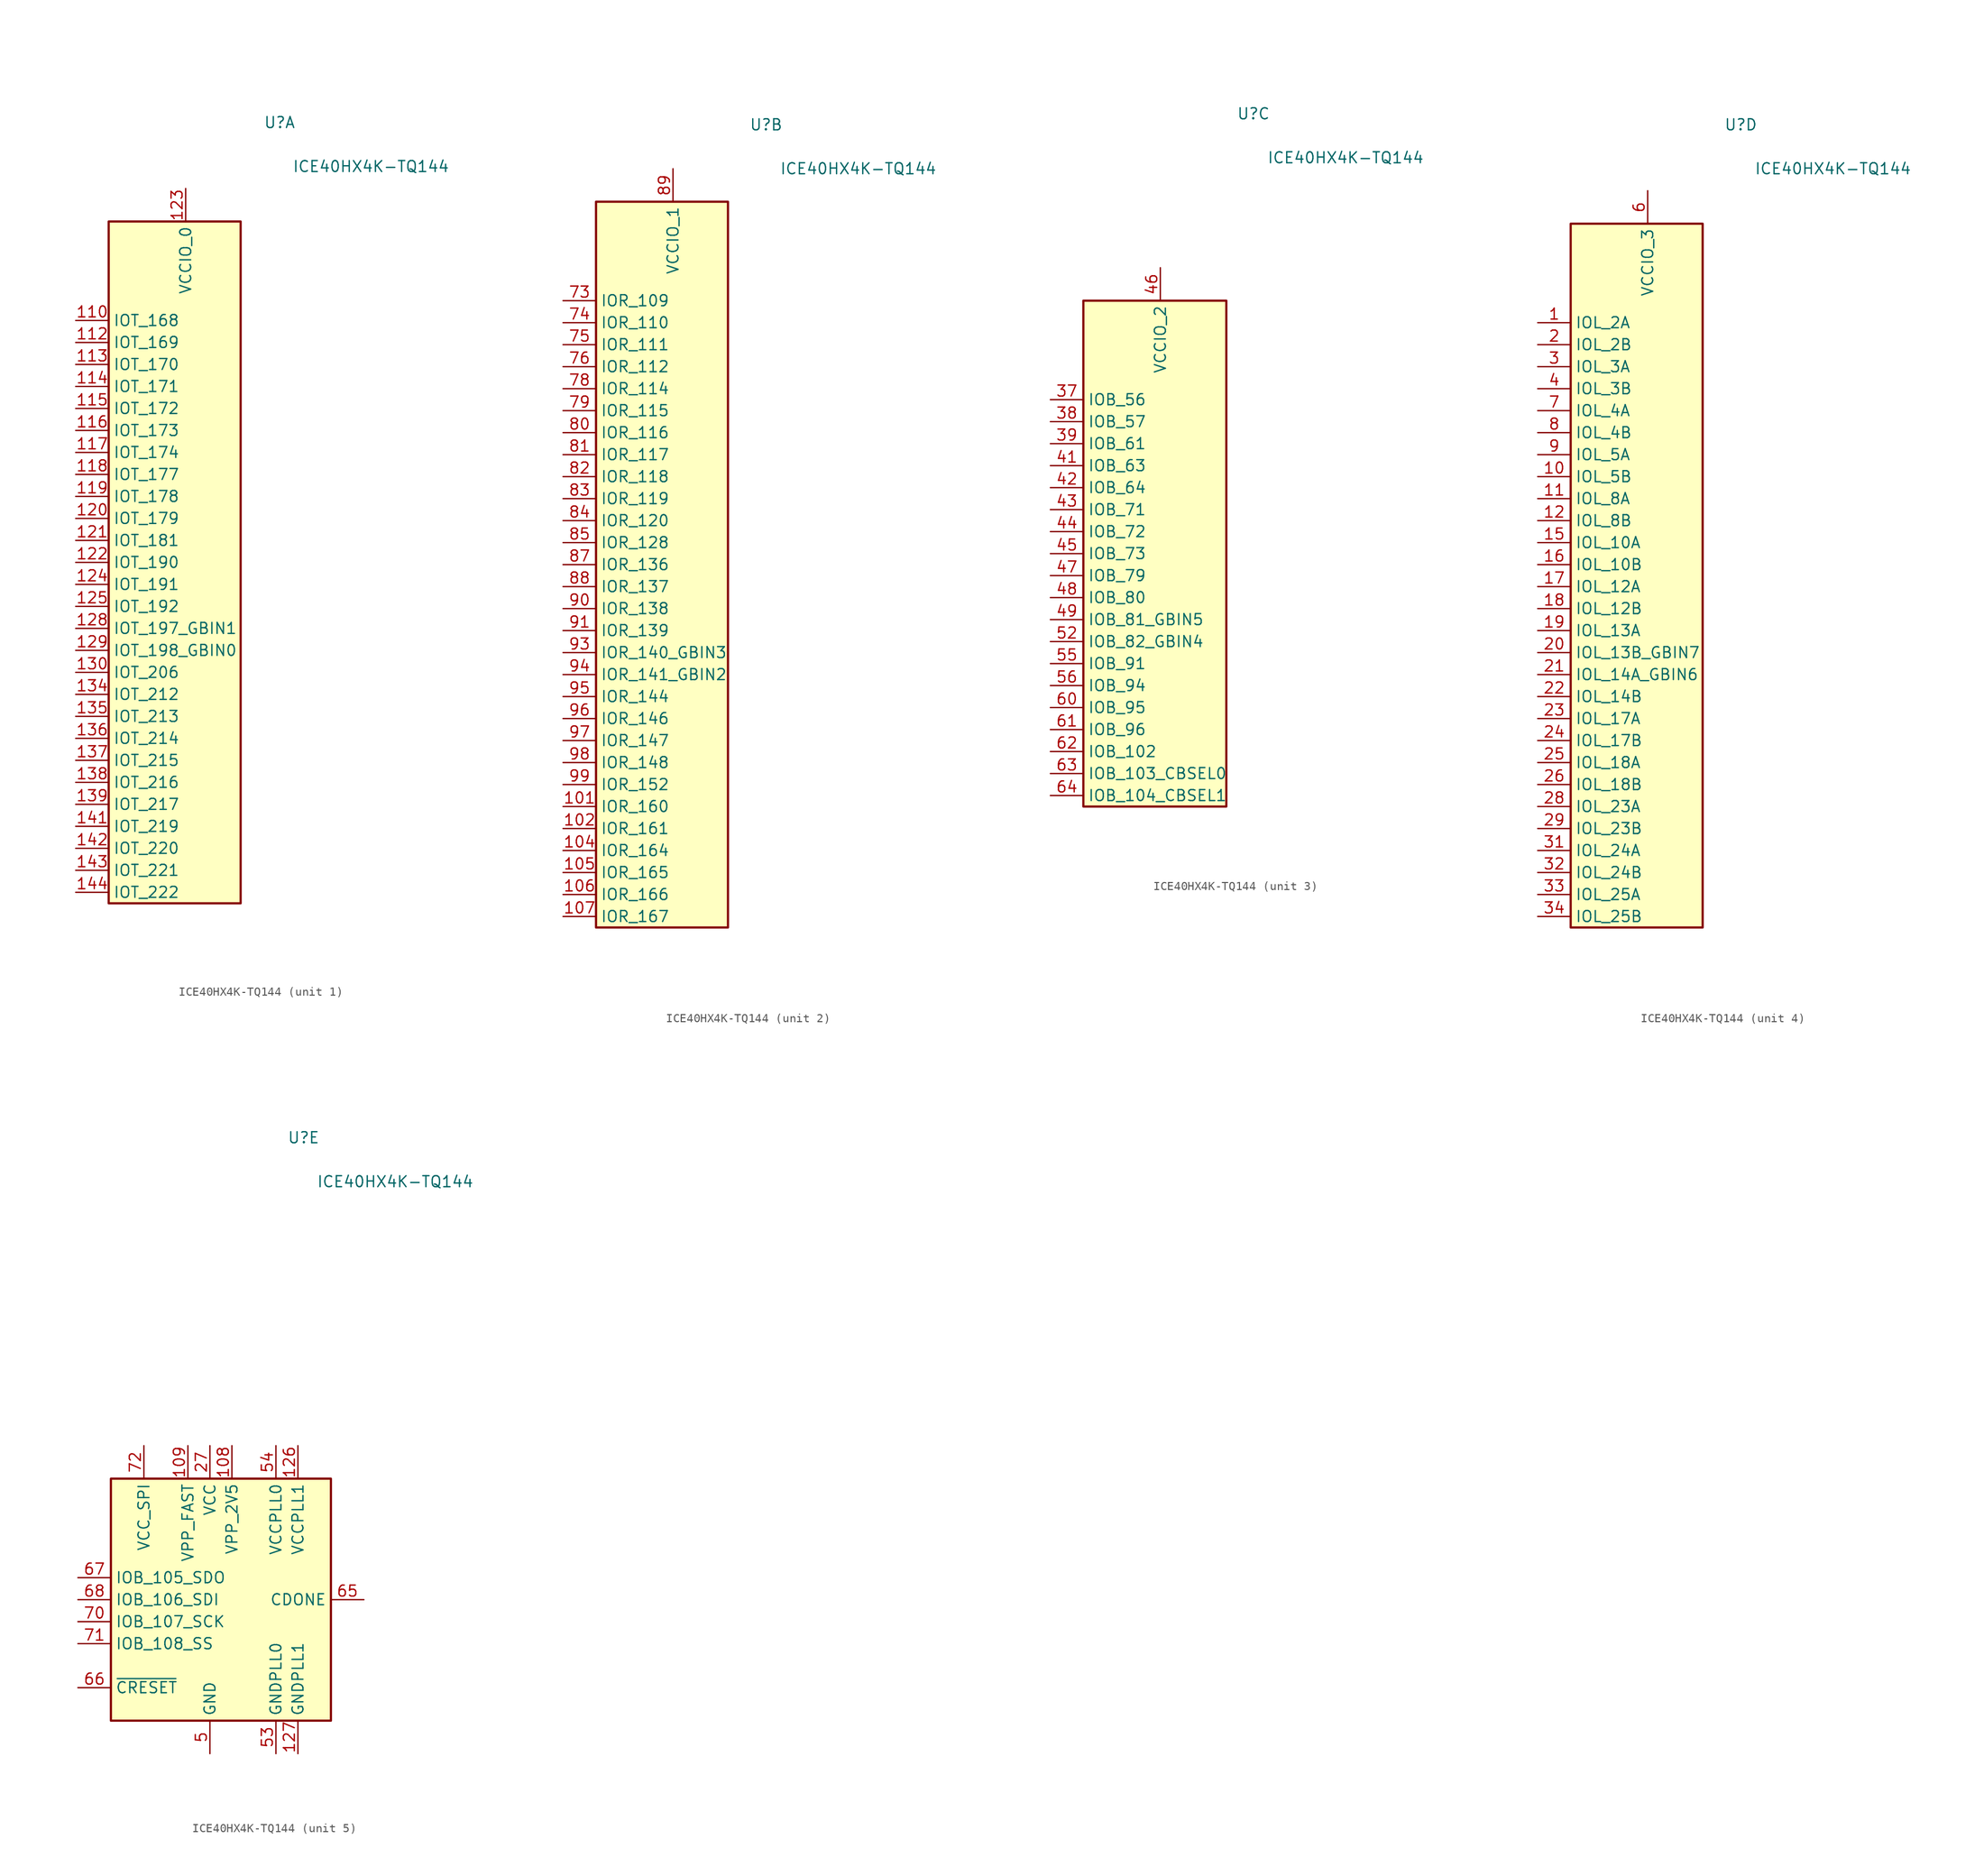
<source format=kicad_sym>
(kicad_symbol_lib
  (version 20220914)
  (generator kicad_symbol_editor)
  (symbol "ICE40HX4K-TQ144"
    (property "Reference" "U"
      (at 12.7 53.34 0)
      (effects (font (size 1.27 1.27)) (justify right)))
    (property "Value" "ICE40HX4K-TQ144"
      (at 30.48 48.26 0)
      (effects (font (size 1.27 1.27)) (justify right)))
    (property "ki_locked" ""
      (at 0 0 0)
      (effects (font (size 1.27 1.27))))
    (symbol "ICE40HX4K-TQ144_1_1"
      (rectangle (start -8.89 41.91) (end 6.35 -36.83) (stroke (width 0.254) (type default)) (fill (type background)))
      (pin bidirectional line (at -12.7 30.48 0) (length 3.81) (name "IOT_168" (effects (font (size 1.27 1.27)))) (number "110" (effects (font (size 1.27 1.27)))))
      (pin bidirectional line (at -12.7 27.94 0) (length 3.81) (name "IOT_169" (effects (font (size 1.27 1.27)))) (number "112" (effects (font (size 1.27 1.27)))))
      (pin bidirectional line (at -12.7 25.4 0) (length 3.81) (name "IOT_170" (effects (font (size 1.27 1.27)))) (number "113" (effects (font (size 1.27 1.27)))))
      (pin bidirectional line (at -12.7 22.86 0) (length 3.81) (name "IOT_171" (effects (font (size 1.27 1.27)))) (number "114" (effects (font (size 1.27 1.27)))))
      (pin bidirectional line (at -12.7 20.32 0) (length 3.81) (name "IOT_172" (effects (font (size 1.27 1.27)))) (number "115" (effects (font (size 1.27 1.27)))))
      (pin bidirectional line (at -12.7 17.78 0) (length 3.81) (name "IOT_173" (effects (font (size 1.27 1.27)))) (number "116" (effects (font (size 1.27 1.27)))))
      (pin bidirectional line (at -12.7 15.24 0) (length 3.81) (name "IOT_174" (effects (font (size 1.27 1.27)))) (number "117" (effects (font (size 1.27 1.27)))))
      (pin bidirectional line (at -12.7 12.7 0) (length 3.81) (name "IOT_177" (effects (font (size 1.27 1.27)))) (number "118" (effects (font (size 1.27 1.27)))))
      (pin bidirectional line (at -12.7 10.16 0) (length 3.81) (name "IOT_178" (effects (font (size 1.27 1.27)))) (number "119" (effects (font (size 1.27 1.27)))))
      (pin bidirectional line (at -12.7 7.62 0) (length 3.81) (name "IOT_179" (effects (font (size 1.27 1.27)))) (number "120" (effects (font (size 1.27 1.27)))))
      (pin bidirectional line (at -12.7 5.08 0) (length 3.81) (name "IOT_181" (effects (font (size 1.27 1.27)))) (number "121" (effects (font (size 1.27 1.27)))))
      (pin bidirectional line (at -12.7 2.54 0) (length 3.81) (name "IOT_190" (effects (font (size 1.27 1.27)))) (number "122" (effects (font (size 1.27 1.27)))))
      (pin power_in line (at 0 45.72 270) (length 3.81) (name "VCCIO_0" (effects (font (size 1.27 1.27)))) (number "123" (effects (font (size 1.27 1.27)))))
      (pin bidirectional line (at -12.7 0 0) (length 3.81) (name "IOT_191" (effects (font (size 1.27 1.27)))) (number "124" (effects (font (size 1.27 1.27)))))
      (pin bidirectional line (at -12.7 -2.54 0) (length 3.81) (name "IOT_192" (effects (font (size 1.27 1.27)))) (number "125" (effects (font (size 1.27 1.27)))))
      (pin bidirectional line (at -12.7 -5.08 0) (length 3.81) (name "IOT_197_GBIN1" (effects (font (size 1.27 1.27)))) (number "128" (effects (font (size 1.27 1.27)))))
      (pin bidirectional line (at -12.7 -7.62 0) (length 3.81) (name "IOT_198_GBIN0" (effects (font (size 1.27 1.27)))) (number "129" (effects (font (size 1.27 1.27)))))
      (pin bidirectional line (at -12.7 -10.16 0) (length 3.81) (name "IOT_206" (effects (font (size 1.27 1.27)))) (number "130" (effects (font (size 1.27 1.27)))))
      (pin passive line (at 0 45.72 270) (length 3.81) hide (name "VCCIO_0" (effects (font (size 1.27 1.27)))) (number "131" (effects (font (size 1.27 1.27)))))
      (pin bidirectional line (at -12.7 -12.7 0) (length 3.81) (name "IOT_212" (effects (font (size 1.27 1.27)))) (number "134" (effects (font (size 1.27 1.27)))))
      (pin bidirectional line (at -12.7 -15.24 0) (length 3.81) (name "IOT_213" (effects (font (size 1.27 1.27)))) (number "135" (effects (font (size 1.27 1.27)))))
      (pin bidirectional line (at -12.7 -17.78 0) (length 3.81) (name "IOT_214" (effects (font (size 1.27 1.27)))) (number "136" (effects (font (size 1.27 1.27)))))
      (pin bidirectional line (at -12.7 -20.32 0) (length 3.81) (name "IOT_215" (effects (font (size 1.27 1.27)))) (number "137" (effects (font (size 1.27 1.27)))))
      (pin bidirectional line (at -12.7 -22.86 0) (length 3.81) (name "IOT_216" (effects (font (size 1.27 1.27)))) (number "138" (effects (font (size 1.27 1.27)))))
      (pin bidirectional line (at -12.7 -25.4 0) (length 3.81) (name "IOT_217" (effects (font (size 1.27 1.27)))) (number "139" (effects (font (size 1.27 1.27)))))
      (pin bidirectional line (at -12.7 -27.94 0) (length 3.81) (name "IOT_219" (effects (font (size 1.27 1.27)))) (number "141" (effects (font (size 1.27 1.27)))))
      (pin bidirectional line (at -12.7 -30.48 0) (length 3.81) (name "IOT_220" (effects (font (size 1.27 1.27)))) (number "142" (effects (font (size 1.27 1.27)))))
      (pin bidirectional line (at -12.7 -33.02 0) (length 3.81) (name "IOT_221" (effects (font (size 1.27 1.27)))) (number "143" (effects (font (size 1.27 1.27)))))
      (pin bidirectional line (at -12.7 -35.56 0) (length 3.81) (name "IOT_222" (effects (font (size 1.27 1.27)))) (number "144" (effects (font (size 1.27 1.27))))))
    (symbol "ICE40HX4K-TQ144_2_1"
      (rectangle (start -8.89 44.45) (end 6.35 -39.37) (stroke (width 0.254) (type default)) (fill (type background)))
      (pin passive line (at 0 48.26 270) (length 3.81) hide (name "VCCIO_1" (effects (font (size 1.27 1.27)))) (number "100" (effects (font (size 1.27 1.27)))))
      (pin bidirectional line (at -12.7 -25.4 0) (length 3.81) (name "IOR_160" (effects (font (size 1.27 1.27)))) (number "101" (effects (font (size 1.27 1.27)))))
      (pin bidirectional line (at -12.7 -27.94 0) (length 3.81) (name "IOR_161" (effects (font (size 1.27 1.27)))) (number "102" (effects (font (size 1.27 1.27)))))
      (pin bidirectional line (at -12.7 -30.48 0) (length 3.81) (name "IOR_164" (effects (font (size 1.27 1.27)))) (number "104" (effects (font (size 1.27 1.27)))))
      (pin bidirectional line (at -12.7 -33.02 0) (length 3.81) (name "IOR_165" (effects (font (size 1.27 1.27)))) (number "105" (effects (font (size 1.27 1.27)))))
      (pin bidirectional line (at -12.7 -35.56 0) (length 3.81) (name "IOR_166" (effects (font (size 1.27 1.27)))) (number "106" (effects (font (size 1.27 1.27)))))
      (pin bidirectional line (at -12.7 -38.1 0) (length 3.81) (name "IOR_167" (effects (font (size 1.27 1.27)))) (number "107" (effects (font (size 1.27 1.27)))))
      (pin bidirectional line (at -12.7 33.02 0) (length 3.81) (name "IOR_109" (effects (font (size 1.27 1.27)))) (number "73" (effects (font (size 1.27 1.27)))))
      (pin bidirectional line (at -12.7 30.48 0) (length 3.81) (name "IOR_110" (effects (font (size 1.27 1.27)))) (number "74" (effects (font (size 1.27 1.27)))))
      (pin bidirectional line (at -12.7 27.94 0) (length 3.81) (name "IOR_111" (effects (font (size 1.27 1.27)))) (number "75" (effects (font (size 1.27 1.27)))))
      (pin bidirectional line (at -12.7 25.4 0) (length 3.81) (name "IOR_112" (effects (font (size 1.27 1.27)))) (number "76" (effects (font (size 1.27 1.27)))))
      (pin bidirectional line (at -12.7 22.86 0) (length 3.81) (name "IOR_114" (effects (font (size 1.27 1.27)))) (number "78" (effects (font (size 1.27 1.27)))))
      (pin bidirectional line (at -12.7 20.32 0) (length 3.81) (name "IOR_115" (effects (font (size 1.27 1.27)))) (number "79" (effects (font (size 1.27 1.27)))))
      (pin bidirectional line (at -12.7 17.78 0) (length 3.81) (name "IOR_116" (effects (font (size 1.27 1.27)))) (number "80" (effects (font (size 1.27 1.27)))))
      (pin bidirectional line (at -12.7 15.24 0) (length 3.81) (name "IOR_117" (effects (font (size 1.27 1.27)))) (number "81" (effects (font (size 1.27 1.27)))))
      (pin bidirectional line (at -12.7 12.7 0) (length 3.81) (name "IOR_118" (effects (font (size 1.27 1.27)))) (number "82" (effects (font (size 1.27 1.27)))))
      (pin bidirectional line (at -12.7 10.16 0) (length 3.81) (name "IOR_119" (effects (font (size 1.27 1.27)))) (number "83" (effects (font (size 1.27 1.27)))))
      (pin bidirectional line (at -12.7 7.62 0) (length 3.81) (name "IOR_120" (effects (font (size 1.27 1.27)))) (number "84" (effects (font (size 1.27 1.27)))))
      (pin bidirectional line (at -12.7 5.08 0) (length 3.81) (name "IOR_128" (effects (font (size 1.27 1.27)))) (number "85" (effects (font (size 1.27 1.27)))))
      (pin bidirectional line (at -12.7 2.54 0) (length 3.81) (name "IOR_136" (effects (font (size 1.27 1.27)))) (number "87" (effects (font (size 1.27 1.27)))))
      (pin bidirectional line (at -12.7 0 0) (length 3.81) (name "IOR_137" (effects (font (size 1.27 1.27)))) (number "88" (effects (font (size 1.27 1.27)))))
      (pin power_in line (at 0 48.26 270) (length 3.81) (name "VCCIO_1" (effects (font (size 1.27 1.27)))) (number "89" (effects (font (size 1.27 1.27)))))
      (pin bidirectional line (at -12.7 -2.54 0) (length 3.81) (name "IOR_138" (effects (font (size 1.27 1.27)))) (number "90" (effects (font (size 1.27 1.27)))))
      (pin bidirectional line (at -12.7 -5.08 0) (length 3.81) (name "IOR_139" (effects (font (size 1.27 1.27)))) (number "91" (effects (font (size 1.27 1.27)))))
      (pin bidirectional line (at -12.7 -7.62 0) (length 3.81) (name "IOR_140_GBIN3" (effects (font (size 1.27 1.27)))) (number "93" (effects (font (size 1.27 1.27)))))
      (pin bidirectional line (at -12.7 -10.16 0) (length 3.81) (name "IOR_141_GBIN2" (effects (font (size 1.27 1.27)))) (number "94" (effects (font (size 1.27 1.27)))))
      (pin bidirectional line (at -12.7 -12.7 0) (length 3.81) (name "IOR_144" (effects (font (size 1.27 1.27)))) (number "95" (effects (font (size 1.27 1.27)))))
      (pin bidirectional line (at -12.7 -15.24 0) (length 3.81) (name "IOR_146" (effects (font (size 1.27 1.27)))) (number "96" (effects (font (size 1.27 1.27)))))
      (pin bidirectional line (at -12.7 -17.78 0) (length 3.81) (name "IOR_147" (effects (font (size 1.27 1.27)))) (number "97" (effects (font (size 1.27 1.27)))))
      (pin bidirectional line (at -12.7 -20.32 0) (length 3.81) (name "IOR_148" (effects (font (size 1.27 1.27)))) (number "98" (effects (font (size 1.27 1.27)))))
      (pin bidirectional line (at -12.7 -22.86 0) (length 3.81) (name "IOR_152" (effects (font (size 1.27 1.27)))) (number "99" (effects (font (size 1.27 1.27))))))
    (symbol "ICE40HX4K-TQ144_3_1"
      (rectangle (start -8.89 31.75) (end 7.62 -26.67) (stroke (width 0.254) (type default)) (fill (type background)))
      (pin bidirectional line (at -12.7 20.32 0) (length 3.81) (name "IOB_56" (effects (font (size 1.27 1.27)))) (number "37" (effects (font (size 1.27 1.27)))))
      (pin bidirectional line (at -12.7 17.78 0) (length 3.81) (name "IOB_57" (effects (font (size 1.27 1.27)))) (number "38" (effects (font (size 1.27 1.27)))))
      (pin bidirectional line (at -12.7 15.24 0) (length 3.81) (name "IOB_61" (effects (font (size 1.27 1.27)))) (number "39" (effects (font (size 1.27 1.27)))))
      (pin bidirectional line (at -12.7 12.7 0) (length 3.81) (name "IOB_63" (effects (font (size 1.27 1.27)))) (number "41" (effects (font (size 1.27 1.27)))))
      (pin bidirectional line (at -12.7 10.16 0) (length 3.81) (name "IOB_64" (effects (font (size 1.27 1.27)))) (number "42" (effects (font (size 1.27 1.27)))))
      (pin bidirectional line (at -12.7 7.62 0) (length 3.81) (name "IOB_71" (effects (font (size 1.27 1.27)))) (number "43" (effects (font (size 1.27 1.27)))))
      (pin bidirectional line (at -12.7 5.08 0) (length 3.81) (name "IOB_72" (effects (font (size 1.27 1.27)))) (number "44" (effects (font (size 1.27 1.27)))))
      (pin bidirectional line (at -12.7 2.54 0) (length 3.81) (name "IOB_73" (effects (font (size 1.27 1.27)))) (number "45" (effects (font (size 1.27 1.27)))))
      (pin power_in line (at 0 35.56 270) (length 3.81) (name "VCCIO_2" (effects (font (size 1.27 1.27)))) (number "46" (effects (font (size 1.27 1.27)))))
      (pin bidirectional line (at -12.7 0 0) (length 3.81) (name "IOB_79" (effects (font (size 1.27 1.27)))) (number "47" (effects (font (size 1.27 1.27)))))
      (pin bidirectional line (at -12.7 -2.54 0) (length 3.81) (name "IOB_80" (effects (font (size 1.27 1.27)))) (number "48" (effects (font (size 1.27 1.27)))))
      (pin bidirectional line (at -12.7 -5.08 0) (length 3.81) (name "IOB_81_GBIN5" (effects (font (size 1.27 1.27)))) (number "49" (effects (font (size 1.27 1.27)))))
      (pin bidirectional line (at -12.7 -7.62 0) (length 3.81) (name "IOB_82_GBIN4" (effects (font (size 1.27 1.27)))) (number "52" (effects (font (size 1.27 1.27)))))
      (pin bidirectional line (at -12.7 -10.16 0) (length 3.81) (name "IOB_91" (effects (font (size 1.27 1.27)))) (number "55" (effects (font (size 1.27 1.27)))))
      (pin bidirectional line (at -12.7 -12.7 0) (length 3.81) (name "IOB_94" (effects (font (size 1.27 1.27)))) (number "56" (effects (font (size 1.27 1.27)))))
      (pin passive line (at 0 35.56 270) (length 3.81) hide (name "VCCIO_2" (effects (font (size 1.27 1.27)))) (number "57" (effects (font (size 1.27 1.27)))))
      (pin bidirectional line (at -12.7 -15.24 0) (length 3.81) (name "IOB_95" (effects (font (size 1.27 1.27)))) (number "60" (effects (font (size 1.27 1.27)))))
      (pin bidirectional line (at -12.7 -17.78 0) (length 3.81) (name "IOB_96" (effects (font (size 1.27 1.27)))) (number "61" (effects (font (size 1.27 1.27)))))
      (pin bidirectional line (at -12.7 -20.32 0) (length 3.81) (name "IOB_102" (effects (font (size 1.27 1.27)))) (number "62" (effects (font (size 1.27 1.27)))))
      (pin bidirectional line (at -12.7 -22.86 0) (length 3.81) (name "IOB_103_CBSEL0" (effects (font (size 1.27 1.27)))) (number "63" (effects (font (size 1.27 1.27)))))
      (pin bidirectional line (at -12.7 -25.4 0) (length 3.81) (name "IOB_104_CBSEL1" (effects (font (size 1.27 1.27)))) (number "64" (effects (font (size 1.27 1.27))))))
    (symbol "ICE40HX4K-TQ144_4_1"
      (rectangle (start -8.89 41.91) (end 6.35 -39.37) (stroke (width 0.254) (type default)) (fill (type background)))
      (pin bidirectional line (at -12.7 30.48 0) (length 3.81) (name "IOL_2A" (effects (font (size 1.27 1.27)))) (number "1" (effects (font (size 1.27 1.27)))))
      (pin bidirectional line (at -12.7 12.7 0) (length 3.81) (name "IOL_5B" (effects (font (size 1.27 1.27)))) (number "10" (effects (font (size 1.27 1.27)))))
      (pin bidirectional line (at -12.7 10.16 0) (length 3.81) (name "IOL_8A" (effects (font (size 1.27 1.27)))) (number "11" (effects (font (size 1.27 1.27)))))
      (pin bidirectional line (at -12.7 7.62 0) (length 3.81) (name "IOL_8B" (effects (font (size 1.27 1.27)))) (number "12" (effects (font (size 1.27 1.27)))))
      (pin bidirectional line (at -12.7 5.08 0) (length 3.81) (name "IOL_10A" (effects (font (size 1.27 1.27)))) (number "15" (effects (font (size 1.27 1.27)))))
      (pin bidirectional line (at -12.7 2.54 0) (length 3.81) (name "IOL_10B" (effects (font (size 1.27 1.27)))) (number "16" (effects (font (size 1.27 1.27)))))
      (pin bidirectional line (at -12.7 0 0) (length 3.81) (name "IOL_12A" (effects (font (size 1.27 1.27)))) (number "17" (effects (font (size 1.27 1.27)))))
      (pin bidirectional line (at -12.7 -2.54 0) (length 3.81) (name "IOL_12B" (effects (font (size 1.27 1.27)))) (number "18" (effects (font (size 1.27 1.27)))))
      (pin bidirectional line (at -12.7 -5.08 0) (length 3.81) (name "IOL_13A" (effects (font (size 1.27 1.27)))) (number "19" (effects (font (size 1.27 1.27)))))
      (pin bidirectional line (at -12.7 27.94 0) (length 3.81) (name "IOL_2B" (effects (font (size 1.27 1.27)))) (number "2" (effects (font (size 1.27 1.27)))))
      (pin bidirectional line (at -12.7 -7.62 0) (length 3.81) (name "IOL_13B_GBIN7" (effects (font (size 1.27 1.27)))) (number "20" (effects (font (size 1.27 1.27)))))
      (pin bidirectional line (at -12.7 -10.16 0) (length 3.81) (name "IOL_14A_GBIN6" (effects (font (size 1.27 1.27)))) (number "21" (effects (font (size 1.27 1.27)))))
      (pin bidirectional line (at -12.7 -12.7 0) (length 3.81) (name "IOL_14B" (effects (font (size 1.27 1.27)))) (number "22" (effects (font (size 1.27 1.27)))))
      (pin bidirectional line (at -12.7 -15.24 0) (length 3.81) (name "IOL_17A" (effects (font (size 1.27 1.27)))) (number "23" (effects (font (size 1.27 1.27)))))
      (pin bidirectional line (at -12.7 -17.78 0) (length 3.81) (name "IOL_17B" (effects (font (size 1.27 1.27)))) (number "24" (effects (font (size 1.27 1.27)))))
      (pin bidirectional line (at -12.7 -20.32 0) (length 3.81) (name "IOL_18A" (effects (font (size 1.27 1.27)))) (number "25" (effects (font (size 1.27 1.27)))))
      (pin bidirectional line (at -12.7 -22.86 0) (length 3.81) (name "IOL_18B" (effects (font (size 1.27 1.27)))) (number "26" (effects (font (size 1.27 1.27)))))
      (pin bidirectional line (at -12.7 -25.4 0) (length 3.81) (name "IOL_23A" (effects (font (size 1.27 1.27)))) (number "28" (effects (font (size 1.27 1.27)))))
      (pin bidirectional line (at -12.7 -27.94 0) (length 3.81) (name "IOL_23B" (effects (font (size 1.27 1.27)))) (number "29" (effects (font (size 1.27 1.27)))))
      (pin bidirectional line (at -12.7 25.4 0) (length 3.81) (name "IOL_3A" (effects (font (size 1.27 1.27)))) (number "3" (effects (font (size 1.27 1.27)))))
      (pin passive line (at 0 45.72 270) (length 3.81) hide (name "VCCIO_3" (effects (font (size 1.27 1.27)))) (number "30" (effects (font (size 1.27 1.27)))))
      (pin bidirectional line (at -12.7 -30.48 0) (length 3.81) (name "IOL_24A" (effects (font (size 1.27 1.27)))) (number "31" (effects (font (size 1.27 1.27)))))
      (pin bidirectional line (at -12.7 -33.02 0) (length 3.81) (name "IOL_24B" (effects (font (size 1.27 1.27)))) (number "32" (effects (font (size 1.27 1.27)))))
      (pin bidirectional line (at -12.7 -35.56 0) (length 3.81) (name "IOL_25A" (effects (font (size 1.27 1.27)))) (number "33" (effects (font (size 1.27 1.27)))))
      (pin bidirectional line (at -12.7 -38.1 0) (length 3.81) (name "IOL_25B" (effects (font (size 1.27 1.27)))) (number "34" (effects (font (size 1.27 1.27)))))
      (pin bidirectional line (at -12.7 22.86 0) (length 3.81) (name "IOL_3B" (effects (font (size 1.27 1.27)))) (number "4" (effects (font (size 1.27 1.27)))))
      (pin power_in line (at 0 45.72 270) (length 3.81) (name "VCCIO_3" (effects (font (size 1.27 1.27)))) (number "6" (effects (font (size 1.27 1.27)))))
      (pin bidirectional line (at -12.7 20.32 0) (length 3.81) (name "IOL_4A" (effects (font (size 1.27 1.27)))) (number "7" (effects (font (size 1.27 1.27)))))
      (pin bidirectional line (at -12.7 17.78 0) (length 3.81) (name "IOL_4B" (effects (font (size 1.27 1.27)))) (number "8" (effects (font (size 1.27 1.27)))))
      (pin bidirectional line (at -12.7 15.24 0) (length 3.81) (name "IOL_5A" (effects (font (size 1.27 1.27)))) (number "9" (effects (font (size 1.27 1.27))))))
    (symbol "ICE40HX4K-TQ144_5_1"
      (rectangle (start -11.43 13.97) (end 13.97 -13.97) (stroke (width 0.254) (type default)) (fill (type background)))
      (pin passive line (at 0 -17.78 90) (length 3.81) hide (name "GND" (effects (font (size 1.27 1.27)))) (number "103" (effects (font (size 1.27 1.27)))))
      (pin power_in line (at 2.54 17.78 270) (length 3.81) (name "VPP_2V5" (effects (font (size 1.27 1.27)))) (number "108" (effects (font (size 1.27 1.27)))))
      (pin power_in line (at -2.54 17.78 270) (length 3.81) (name "VPP_FAST" (effects (font (size 1.27 1.27)))) (number "109" (effects (font (size 1.27 1.27)))))
      (pin passive line (at 0 17.78 270) (length 3.81) hide (name "VCC" (effects (font (size 1.27 1.27)))) (number "111" (effects (font (size 1.27 1.27)))))
      (pin power_in line (at 10.16 17.78 270) (length 3.81) (name "VCCPLL1" (effects (font (size 1.27 1.27)))) (number "126" (effects (font (size 1.27 1.27)))))
      (pin power_in line (at 10.16 -17.78 90) (length 3.81) (name "GNDPLL1" (effects (font (size 1.27 1.27)))) (number "127" (effects (font (size 1.27 1.27)))))
      (pin passive line (at 0 -17.78 90) (length 3.81) hide (name "GND" (effects (font (size 1.27 1.27)))) (number "13" (effects (font (size 1.27 1.27)))))
      (pin passive line (at 0 -17.78 90) (length 3.81) hide (name "GND" (effects (font (size 1.27 1.27)))) (number "132" (effects (font (size 1.27 1.27)))))
      (pin no_connect line (at 12.7 -10.16 180) (length 3.81) hide (name "NC" (effects (font (size 1.27 1.27)))) (number "133" (effects (font (size 1.27 1.27)))))
      (pin passive line (at 0 -17.78 90) (length 3.81) hide (name "GND" (effects (font (size 1.27 1.27)))) (number "14" (effects (font (size 1.27 1.27)))))
      (pin passive line (at 0 -17.78 90) (length 3.81) hide (name "GND" (effects (font (size 1.27 1.27)))) (number "140" (effects (font (size 1.27 1.27)))))
      (pin power_in line (at 0 17.78 270) (length 3.81) (name "VCC" (effects (font (size 1.27 1.27)))) (number "27" (effects (font (size 1.27 1.27)))))
      (pin no_connect line (at 12.7 5.08 180) (length 3.81) hide (name "NC" (effects (font (size 1.27 1.27)))) (number "35" (effects (font (size 1.27 1.27)))))
      (pin no_connect line (at 12.7 2.54 180) (length 3.81) hide (name "NC" (effects (font (size 1.27 1.27)))) (number "36" (effects (font (size 1.27 1.27)))))
      (pin passive line (at 0 17.78 270) (length 3.81) hide (name "VCC" (effects (font (size 1.27 1.27)))) (number "40" (effects (font (size 1.27 1.27)))))
      (pin power_in line (at 0 -17.78 90) (length 3.81) (name "GND" (effects (font (size 1.27 1.27)))) (number "5" (effects (font (size 1.27 1.27)))))
      (pin no_connect line (at 12.7 -2.54 180) (length 3.81) hide (name "NC" (effects (font (size 1.27 1.27)))) (number "50" (effects (font (size 1.27 1.27)))))
      (pin no_connect line (at 12.7 -5.08 180) (length 3.81) hide (name "NC" (effects (font (size 1.27 1.27)))) (number "51" (effects (font (size 1.27 1.27)))))
      (pin power_in line (at 7.62 -17.78 90) (length 3.81) (name "GNDPLL0" (effects (font (size 1.27 1.27)))) (number "53" (effects (font (size 1.27 1.27)))))
      (pin power_in line (at 7.62 17.78 270) (length 3.81) (name "VCCPLL0" (effects (font (size 1.27 1.27)))) (number "54" (effects (font (size 1.27 1.27)))))
      (pin no_connect line (at 12.7 -7.62 180) (length 3.81) hide (name "NC" (effects (font (size 1.27 1.27)))) (number "58" (effects (font (size 1.27 1.27)))))
      (pin passive line (at 0 -17.78 90) (length 3.81) hide (name "GND" (effects (font (size 1.27 1.27)))) (number "59" (effects (font (size 1.27 1.27)))))
      (pin open_collector line (at 17.78 0 180) (length 3.81) (name "CDONE" (effects (font (size 1.27 1.27)))) (number "65" (effects (font (size 1.27 1.27)))))
      (pin input line (at -15.24 -10.16 0) (length 3.81) (name "~{CRESET}" (effects (font (size 1.27 1.27)))) (number "66" (effects (font (size 1.27 1.27)))))
      (pin bidirectional line (at -15.24 2.54 0) (length 3.81) (name "IOB_105_SDO" (effects (font (size 1.27 1.27)))) (number "67" (effects (font (size 1.27 1.27)))))
      (pin bidirectional line (at -15.24 0 0) (length 3.81) (name "IOB_106_SDI" (effects (font (size 1.27 1.27)))) (number "68" (effects (font (size 1.27 1.27)))))
      (pin passive line (at 0 -17.78 90) (length 3.81) hide (name "GND" (effects (font (size 1.27 1.27)))) (number "69" (effects (font (size 1.27 1.27)))))
      (pin bidirectional line (at -15.24 -2.54 0) (length 3.81) (name "IOB_107_SCK" (effects (font (size 1.27 1.27)))) (number "70" (effects (font (size 1.27 1.27)))))
      (pin bidirectional line (at -15.24 -5.08 0) (length 3.81) (name "IOB_108_SS" (effects (font (size 1.27 1.27)))) (number "71" (effects (font (size 1.27 1.27)))))
      (pin power_in line (at -7.62 17.78 270) (length 3.81) (name "VCC_SPI" (effects (font (size 1.27 1.27)))) (number "72" (effects (font (size 1.27 1.27)))))
      (pin no_connect line (at 12.7 7.62 180) (length 3.81) hide (name "NC" (effects (font (size 1.27 1.27)))) (number "77" (effects (font (size 1.27 1.27)))))
      (pin passive line (at 0 -17.78 90) (length 3.81) hide (name "GND" (effects (font (size 1.27 1.27)))) (number "86" (effects (font (size 1.27 1.27)))))
      (pin passive line (at 0 17.78 270) (length 3.81) hide (name "VCC" (effects (font (size 1.27 1.27)))) (number "92" (effects (font (size 1.27 1.27))))))))
</source>
